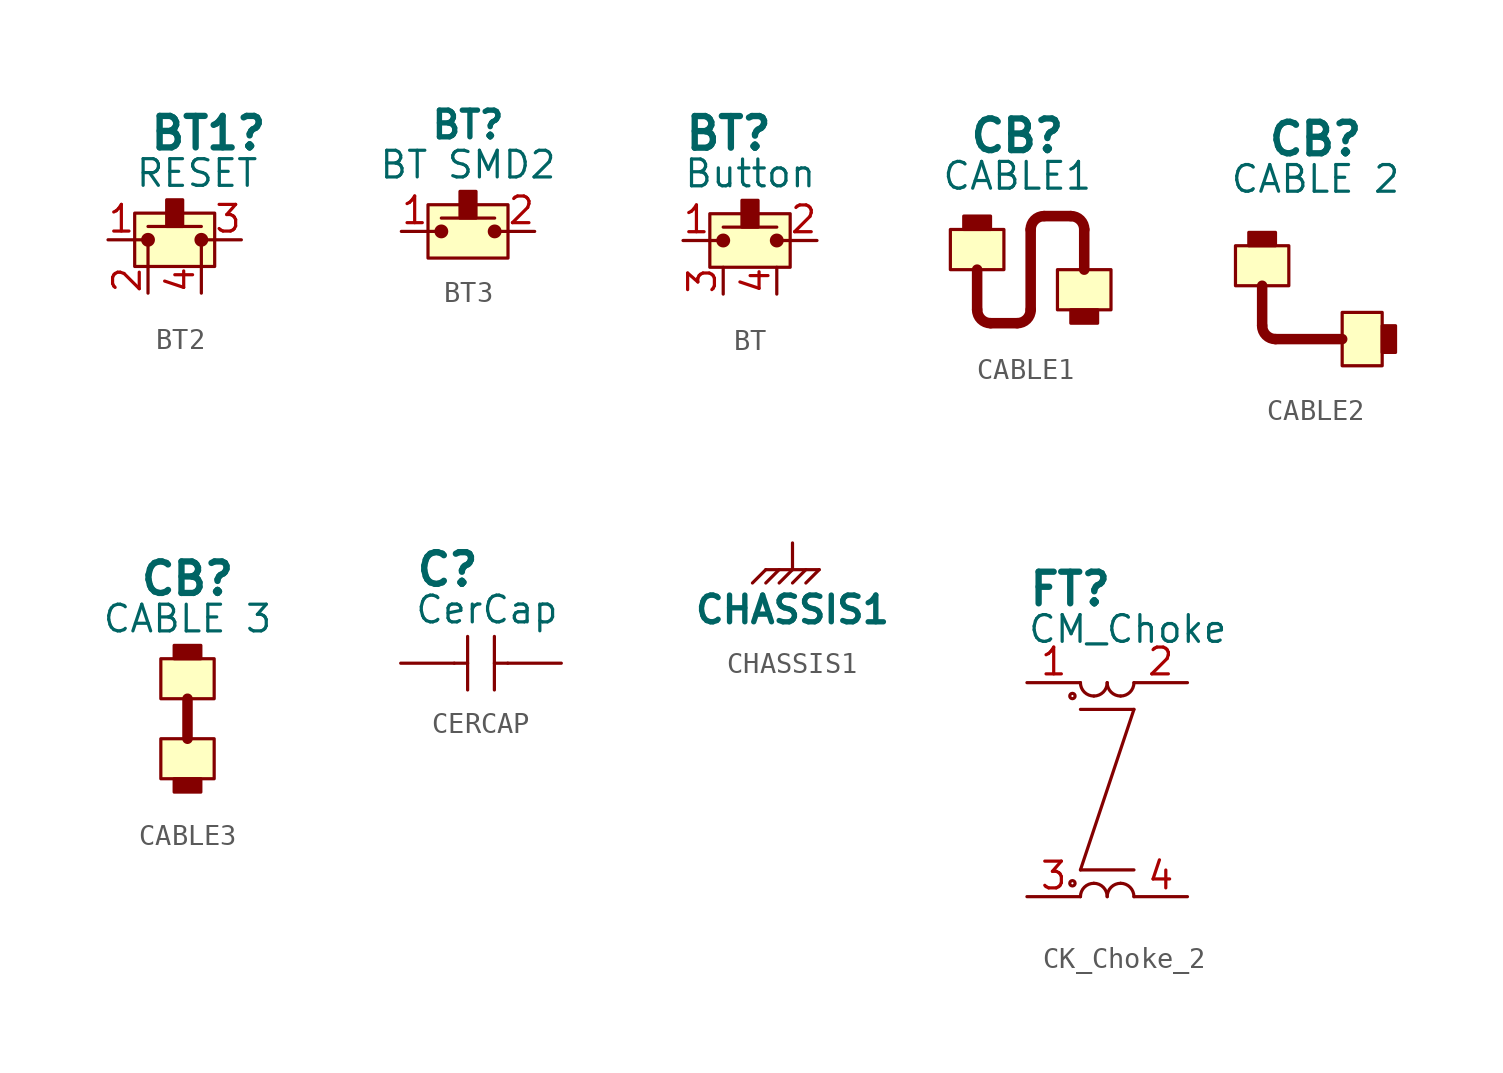
<source format=kicad_sym>
(kicad_symbol_lib
  (version 20231120)
  (generator "kicad_symbol_editor")
  (generator_version "8.0")
  (symbol "BT2"
    (pin_names hide)
    (property "Reference" "BT1"
      (at -1.27 1.27 0)
      (effects (font (size 1.5 1.5) (bold yes)) (justify left)))
    (property "Value" "RESET"
      (at -1.905 -0.635 0)
      (effects (font (size 1.27 1.27)) (justify left)))
    (symbol "BT2_0_1"
      (polyline (pts (xy -1.27 -3.81) (xy -1.27 -5.08)) (stroke (width 0) (type default)) (fill (type none)))
      (polyline (pts (xy 1.27 -3.81) (xy 1.27 -5.08)) (stroke (width 0) (type default)) (fill (type none))))
    (symbol "BT2_1_0"
      (rectangle (start -1.905 -2.54) (end 1.905 -5.08) (stroke (width 0) (type default)) (fill (type background)))
      (circle (center -1.27 -3.81) (radius 0.254) (stroke (width 0) (type default)) (fill (type outline)))
      (rectangle (start -0.381 -1.905) (end 0.381 -3.175) (stroke (width 0) (type default)) (fill (type outline)))
      (polyline (pts (xy -1.27 -3.81) (xy -1.905 -3.81)) (stroke (width 0) (type default)) (fill (type none)))
      (polyline (pts (xy -1.27 -3.175) (xy 1.27 -3.175)) (stroke (width 0) (type default)) (fill (type none)))
      (polyline (pts (xy 1.27 -3.81) (xy 1.905 -3.81)) (stroke (width 0) (type default)) (fill (type none)))
      (circle (center 1.27 -3.81) (radius 0.254) (stroke (width 0) (type default)) (fill (type outline)))
      (pin passive line (at -3.175 -3.81 0) (length 1.27) (name "1" (effects (font (size 1.27 1.27)))) (number "1" (effects (font (size 1.27 1.27)))))
      (pin passive line (at -1.27 -6.35 90) (length 1.27) (name "2" (effects (font (size 1.27 1.27)))) (number "2" (effects (font (size 1.27 1.27)))))
      (pin passive line (at 3.175 -3.81 180) (length 1.27) (name "3" (effects (font (size 1.27 1.27)))) (number "3" (effects (font (size 1.27 1.27)))))
      (pin passive line (at 1.27 -6.35 90) (length 1.27) (name "4" (effects (font (size 1.27 1.27)))) (number "4" (effects (font (size 1.27 1.27)))))))
  (symbol "BT3"
    (pin_names hide)
    (property "Reference" "BT"
      (at 0 0 0)
      (effects (font (size 1.27 1.27) (bold yes))))
    (property "Value" "BT SMD2"
      (at 0 -1.905 0)
      (effects (font (size 1.27 1.27))))
    (symbol "BT3_1_0"
      (rectangle (start -1.905 -3.81) (end 1.905 -6.35) (stroke (width 0) (type default)) (fill (type background)))
      (circle (center -1.27 -5.08) (radius 0.254) (stroke (width 0) (type default)) (fill (type outline)))
      (rectangle (start -0.381 -3.175) (end 0.381 -4.445) (stroke (width 0) (type default)) (fill (type outline)))
      (polyline (pts (xy -1.27 -5.08) (xy -1.905 -5.08)) (stroke (width 0) (type default)) (fill (type none)))
      (polyline (pts (xy -1.27 -4.445) (xy 1.27 -4.445)) (stroke (width 0) (type default)) (fill (type none)))
      (polyline (pts (xy 1.27 -5.08) (xy 1.905 -5.08)) (stroke (width 0) (type default)) (fill (type none)))
      (circle (center 1.27 -5.08) (radius 0.254) (stroke (width 0) (type default)) (fill (type outline)))
      (pin passive line (at -3.175 -5.08 0) (length 1.27) (name "" (effects (font (size 1.27 1.27)))) (number "1" (effects (font (size 1.27 1.27)))))
      (pin passive line (at 3.175 -5.08 180) (length 1.27) (name "" (effects (font (size 1.27 1.27)))) (number "2" (effects (font (size 1.27 1.27)))))))
  (symbol "BT"
    (pin_names hide)
    (property "Reference" "BT"
      (at -3.175 1.27 0)
      (effects (font (size 1.5 1.5) (bold yes)) (justify left)))
    (property "Value" "Button"
      (at -3.175 -0.635 0)
      (effects (font (size 1.27 1.27)) (justify left)))
    (symbol "BT_1_0"
      (rectangle (start -1.905 -2.54) (end 1.905 -5.08) (stroke (width 0) (type default)) (fill (type background)))
      (circle (center -1.27 -3.81) (radius 0.254) (stroke (width 0) (type default)) (fill (type outline)))
      (rectangle (start -0.381 -1.905) (end 0.381 -3.175) (stroke (width 0) (type default)) (fill (type outline)))
      (polyline (pts (xy -1.27 -3.81) (xy -1.905 -3.81)) (stroke (width 0) (type default)) (fill (type none)))
      (polyline (pts (xy -1.27 -3.175) (xy 1.27 -3.175)) (stroke (width 0) (type default)) (fill (type none)))
      (polyline (pts (xy 1.27 -3.81) (xy 1.905 -3.81)) (stroke (width 0) (type default)) (fill (type none)))
      (circle (center 1.27 -3.81) (radius 0.254) (stroke (width 0) (type default)) (fill (type outline)))
      (pin passive line (at -3.175 -3.81 0) (length 1.27) (name "" (effects (font (size 1.27 1.27)))) (number "1" (effects (font (size 1.27 1.27)))))
      (pin passive line (at 3.175 -3.81 180) (length 1.27) (name "" (effects (font (size 1.27 1.27)))) (number "2" (effects (font (size 1.27 1.27)))))
      (pin passive line (at -1.27 -6.35 90) (length 1.27) (name "" (effects (font (size 1.27 1.27)))) (number "3" (effects (font (size 1.27 1.27)))))
      (pin passive line (at 1.27 -6.35 90) (length 1.27) (name "" (effects (font (size 1.27 1.27)))) (number "4" (effects (font (size 1.27 1.27)))))))
  (symbol "CABLE1"
    (property "Reference" "CB"
      (at 0 0 0)
      (effects (font (size 1.5 1.5) (bold yes))))
    (property "Value" "CABLE1"
      (at 0 -1.905 0)
      (effects (font (size 1.27 1.27))))
    (symbol "CABLE1_1_1"
      (rectangle (start -3.175 -4.445) (end -0.635 -6.35) (stroke (width 0) (type default)) (fill (type background)))
      (rectangle (start -2.54 -3.81) (end -1.27 -4.445) (stroke (width 0) (type default)) (fill (type outline)))
      (arc (start -1.905 -8.255) (mid -1.719 -8.704) (end -1.27 -8.89) (stroke (width 0.5) (type default)) (fill (type none)))
      (arc (start 0 -8.89) (mid 0.449 -8.704) (end 0.635 -8.255) (stroke (width 0.5) (type default)) (fill (type none)))
      (polyline (pts (xy -1.905 -6.35) (xy -1.905 -8.255)) (stroke (width 0.5) (type default)) (fill (type none)))
      (polyline (pts (xy 0 -8.89) (xy -1.27 -8.89)) (stroke (width 0.5) (type default)) (fill (type none)))
      (polyline (pts (xy 0.635 -4.445) (xy 0.635 -8.255)) (stroke (width 0.5) (type default)) (fill (type none)))
      (polyline (pts (xy 1.27 -3.81) (xy 2.54 -3.81)) (stroke (width 0.5) (type default)) (fill (type none)))
      (polyline (pts (xy 3.175 -4.445) (xy 3.175 -6.35)) (stroke (width 0.5) (type default)) (fill (type none)))
      (arc (start 1.27 -3.81) (mid 0.821 -3.996) (end 0.635 -4.445) (stroke (width 0.5) (type default)) (fill (type none)))
      (rectangle (start 1.905 -6.35) (end 4.445 -8.255) (stroke (width 0) (type default)) (fill (type background)))
      (rectangle (start 2.54 -8.255) (end 3.81 -8.89) (stroke (width 0) (type default)) (fill (type outline)))
      (arc (start 3.175 -4.445) (mid 2.989 -3.996) (end 2.54 -3.81) (stroke (width 0.5) (type default)) (fill (type none)))))
  (symbol "CABLE2"
    (property "Reference" "CB"
      (at 0 0 0)
      (effects (font (size 1.5 1.5) (bold yes))))
    (property "Value" "CABLE 2"
      (at 0 -1.905 0)
      (effects (font (size 1.27 1.27))))
    (symbol "CABLE2_1_1"
      (rectangle (start -3.81 -5.08) (end -1.27 -6.985) (stroke (width 0) (type default)) (fill (type background)))
      (rectangle (start -3.175 -4.445) (end -1.905 -5.08) (stroke (width 0) (type default)) (fill (type outline)))
      (arc (start -2.54 -8.89) (mid -2.354 -9.339) (end -1.905 -9.525) (stroke (width 0.5) (type default)) (fill (type none)))
      (polyline (pts (xy -2.54 -6.985) (xy -2.54 -8.89)) (stroke (width 0.5) (type default)) (fill (type none)))
      (polyline (pts (xy 1.27 -9.525) (xy -1.905 -9.525)) (stroke (width 0.5) (type default)) (fill (type none)))
      (rectangle (start 1.27 -10.795) (end 3.175 -8.255) (stroke (width 0) (type default)) (fill (type background)))
      (rectangle (start 3.175 -10.16) (end 3.81 -8.89) (stroke (width 0) (type default)) (fill (type outline)))))
  (symbol "CABLE3"
    (property "Reference" "CB"
      (at 0 0 0)
      (effects (font (size 1.5 1.5) (bold yes))))
    (property "Value" "CABLE 3"
      (at 0 -1.905 0)
      (effects (font (size 1.27 1.27))))
    (symbol "CABLE3_1_1"
      (rectangle (start -1.27 -7.62) (end 1.27 -9.525) (stroke (width 0) (type default)) (fill (type background)))
      (rectangle (start -1.27 -3.81) (end 1.27 -5.715) (stroke (width 0) (type default)) (fill (type background)))
      (rectangle (start -0.635 -9.525) (end 0.635 -10.16) (stroke (width 0) (type default)) (fill (type outline)))
      (rectangle (start -0.635 -3.175) (end 0.635 -3.81) (stroke (width 0) (type default)) (fill (type outline)))
      (polyline (pts (xy 0 -5.715) (xy 0 -7.62)) (stroke (width 0.5) (type default)) (fill (type none)))))
  (symbol "CERCAP"
    (pin_numbers hide)
    (pin_names hide)
    (property "Reference" "C"
      (at -1.905 1.905 0)
      (effects (font (size 1.5 1.5) (bold yes)) (justify left)))
    (property "Value" "CerCap"
      (at -1.905 0 0)
      (effects (font (size 1.27 1.27)) (justify left)))
    (symbol "CERCAP_0_1"
      (polyline (pts (xy 0 -2.54) (xy 0.635 -2.54)) (stroke (width 0) (type default)) (fill (type none)))
      (polyline (pts (xy 0.635 -1.27) (xy 0.635 -3.81)) (stroke (width 0) (type default)) (fill (type none)))
      (polyline (pts (xy 1.905 -2.54) (xy 2.54 -2.54)) (stroke (width 0) (type default)) (fill (type none)))
      (polyline (pts (xy 1.905 -1.27) (xy 1.905 -3.81)) (stroke (width 0) (type default)) (fill (type none))))
    (symbol "CERCAP_1_1"
      (pin bidirectional line (at -2.54 -2.54 0) (length 2.54) (name "1" (effects (font (size 1.27 1.27)))) (number "1" (effects (font (size 1.27 1.27)))))
      (pin bidirectional line (at 5.08 -2.54 180) (length 2.54) (name "2" (effects (font (size 1.27 1.27)))) (number "2" (effects (font (size 1.27 1.27)))))))
  (symbol "CHASSIS1"
    (power)
    (pin_names
      (offset 0))
    (property "Reference" "#PWR"
      (at 0 -3.81 0)
      (effects (font (size 1.27 1.27)) (hide yes)))
    (property "Value" "CHASSIS1"
      (at 0 -3.175 0)
      (effects (font (size 1.27 1.27) (bold yes))))
    (symbol "CHASSIS1_0_1"
      (polyline (pts (xy -1.27 -1.27) (xy -1.905 -1.905)) (stroke (width 0) (type default)) (fill (type none)))
      (polyline (pts (xy -1.27 -1.27) (xy 1.27 -1.27)) (stroke (width 0) (type solid)) (fill (type none)))
      (polyline (pts (xy -0.635 -1.27) (xy -1.27 -1.905)) (stroke (width 0) (type default)) (fill (type none)))
      (polyline (pts (xy 0 -1.27) (xy -0.635 -1.905)) (stroke (width 0) (type default)) (fill (type none)))
      (polyline (pts (xy 0 0) (xy 0 -1.27)) (stroke (width 0) (type solid)) (fill (type none)))
      (polyline (pts (xy 0.635 -1.27) (xy 0 -1.905)) (stroke (width 0) (type default)) (fill (type none)))
      (polyline (pts (xy 1.27 -1.27) (xy 0.635 -1.905)) (stroke (width 0) (type default)) (fill (type none))))
    (symbol "CHASSIS1_1_1"
      (pin power_in line (at 0 0 90) (length 0) hide (name "CHASSIS1" (effects (font (size 1.27 1.27)))) (number "1" (effects (font (size 1.27 1.27)))))))
  (symbol "CK_Choke_2"
    (pin_names hide)
    (property "Reference" "FT"
      (at -1.905 0.635 0)
      (effects (font (size 1.5 1.5) (bold yes)) (justify left)))
    (property "Value" "CM_Choke"
      (at -1.905 -1.27 0)
      (effects (font (size 1.27 1.27)) (justify left)))
    (symbol "CK_Choke_2_0_1"
      (polyline (pts (xy 0.635 -12.7) (xy 3.175 -12.7)) (stroke (width 0) (type default)) (fill (type none)))
      (polyline (pts (xy 0.635 -12.7) (xy 3.175 -5.08)) (stroke (width 0) (type default)) (fill (type none)))
      (polyline (pts (xy 0.635 -5.08) (xy 3.175 -5.08)) (stroke (width 0) (type default)) (fill (type none)))
      (circle (center 0.254 -13.335) (radius 0.127) (stroke (width 0) (type default)) (fill (type none)))
      (circle (center 0.254 -4.445) (radius 0.127) (stroke (width 0) (type default)) (fill (type none)))
      (arc (start 0.635 -3.81) (mid 0.821 -4.259) (end 1.27 -4.445) (stroke (width 0) (type default)) (fill (type none)))
      (arc (start 1.27 -13.335) (mid 0.821 -13.521) (end 0.635 -13.97) (stroke (width 0) (type default)) (fill (type none)))
      (arc (start 1.27 -4.445) (mid 1.719 -4.259) (end 1.905 -3.81) (stroke (width 0) (type default)) (fill (type none)))
      (arc (start 1.905 -13.97) (mid 1.719 -13.521) (end 1.27 -13.335) (stroke (width 0) (type default)) (fill (type none)))
      (arc (start 1.905 -3.81) (mid 2.091 -4.259) (end 2.54 -4.445) (stroke (width 0) (type default)) (fill (type none)))
      (arc (start 2.54 -13.335) (mid 2.091 -13.521) (end 1.905 -13.97) (stroke (width 0) (type default)) (fill (type none)))
      (arc (start 2.54 -4.445) (mid 2.989 -4.259) (end 3.175 -3.81) (stroke (width 0) (type default)) (fill (type none)))
      (arc (start 3.175 -13.97) (mid 2.989 -13.521) (end 2.54 -13.335) (stroke (width 0) (type default)) (fill (type none))))
    (symbol "CK_Choke_2_1_1"
      (pin bidirectional line (at -1.905 -3.81 0) (length 2.54) (name "1" (effects (font (size 1.27 1.27)))) (number "1" (effects (font (size 1.27 1.27)))))
      (pin bidirectional line (at 5.715 -3.81 180) (length 2.54) (name "2" (effects (font (size 1.27 1.27)))) (number "2" (effects (font (size 1.27 1.27)))))
      (pin bidirectional line (at -1.905 -13.97 0) (length 2.54) (name "3" (effects (font (size 1.27 1.27)))) (number "3" (effects (font (size 1.27 1.27)))))
      (pin bidirectional line (at 5.715 -13.97 180) (length 2.54) (name "4" (effects (font (size 1.27 1.27)))) (number "4" (effects (font (size 1.27 1.27))))))))
</source>
